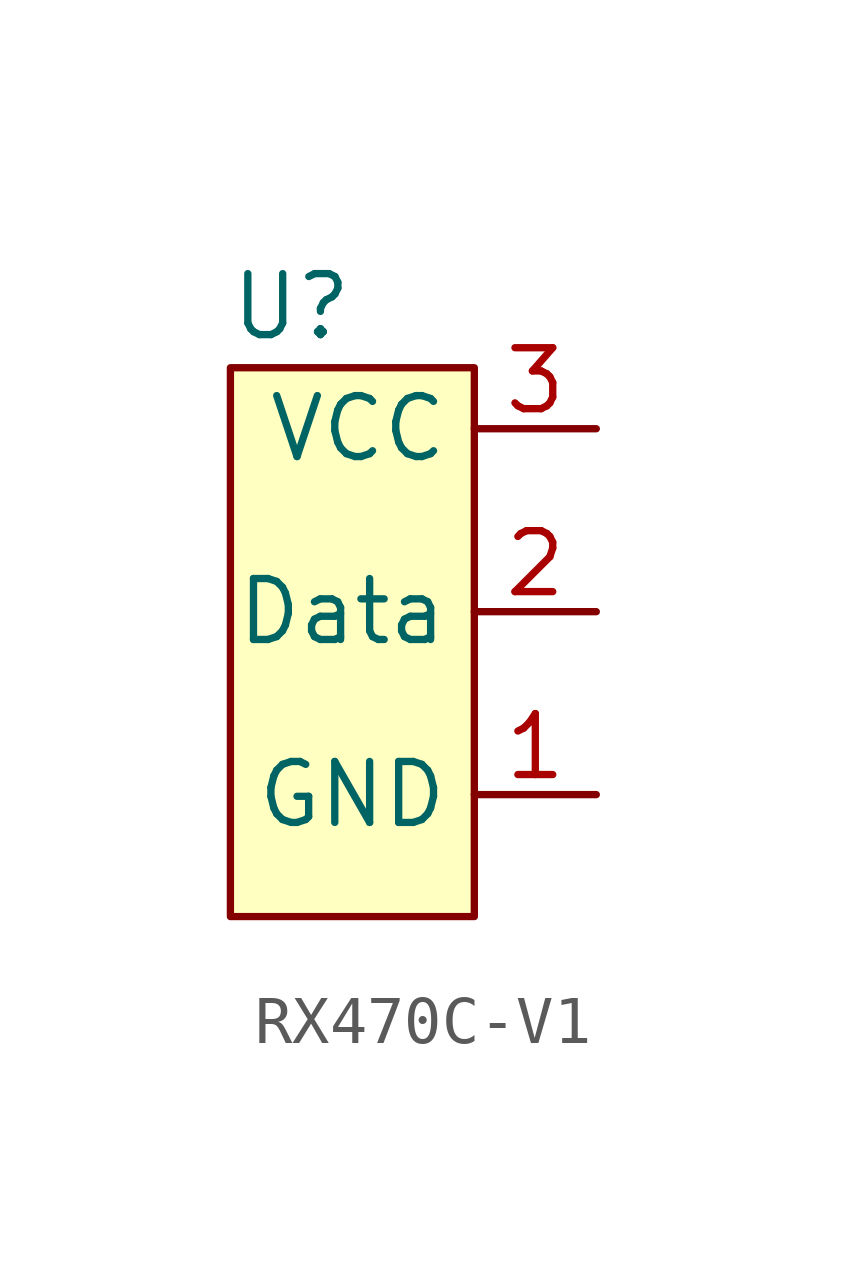
<source format=kicad_sym>
(kicad_symbol_lib
  (version 20220914)
  (generator kicad_symbol_editor)
  (symbol "RX470C-V1"
    (property "Reference" "U"
      (at -1.27 6.35 0)
      (effects (font (size 1.27 1.27))))
    (property "Value" ""
      (at 0 0 0)
      (effects (font (size 1.27 1.27))))
    (symbol "RX470C-V1_1_1"
      (rectangle (start -2.54 5.08) (end 2.54 -6.35) (stroke (width 0) (type default)) (fill (type background)))
      (pin power_in line (at 5.08 -3.81 180) (length 2.54) (name "GND" (effects (font (size 1.27 1.27)))) (number "1" (effects (font (size 1.27 1.27)))))
      (pin output line (at 5.08 0 180) (length 2.54) (name "Data" (effects (font (size 1.27 1.27)))) (number "2" (effects (font (size 1.27 1.27)))))
      (pin power_in line (at 5.08 3.81 180) (length 2.54) (name "VCC" (effects (font (size 1.27 1.27)))) (number "3" (effects (font (size 1.27 1.27))))))))
</source>
